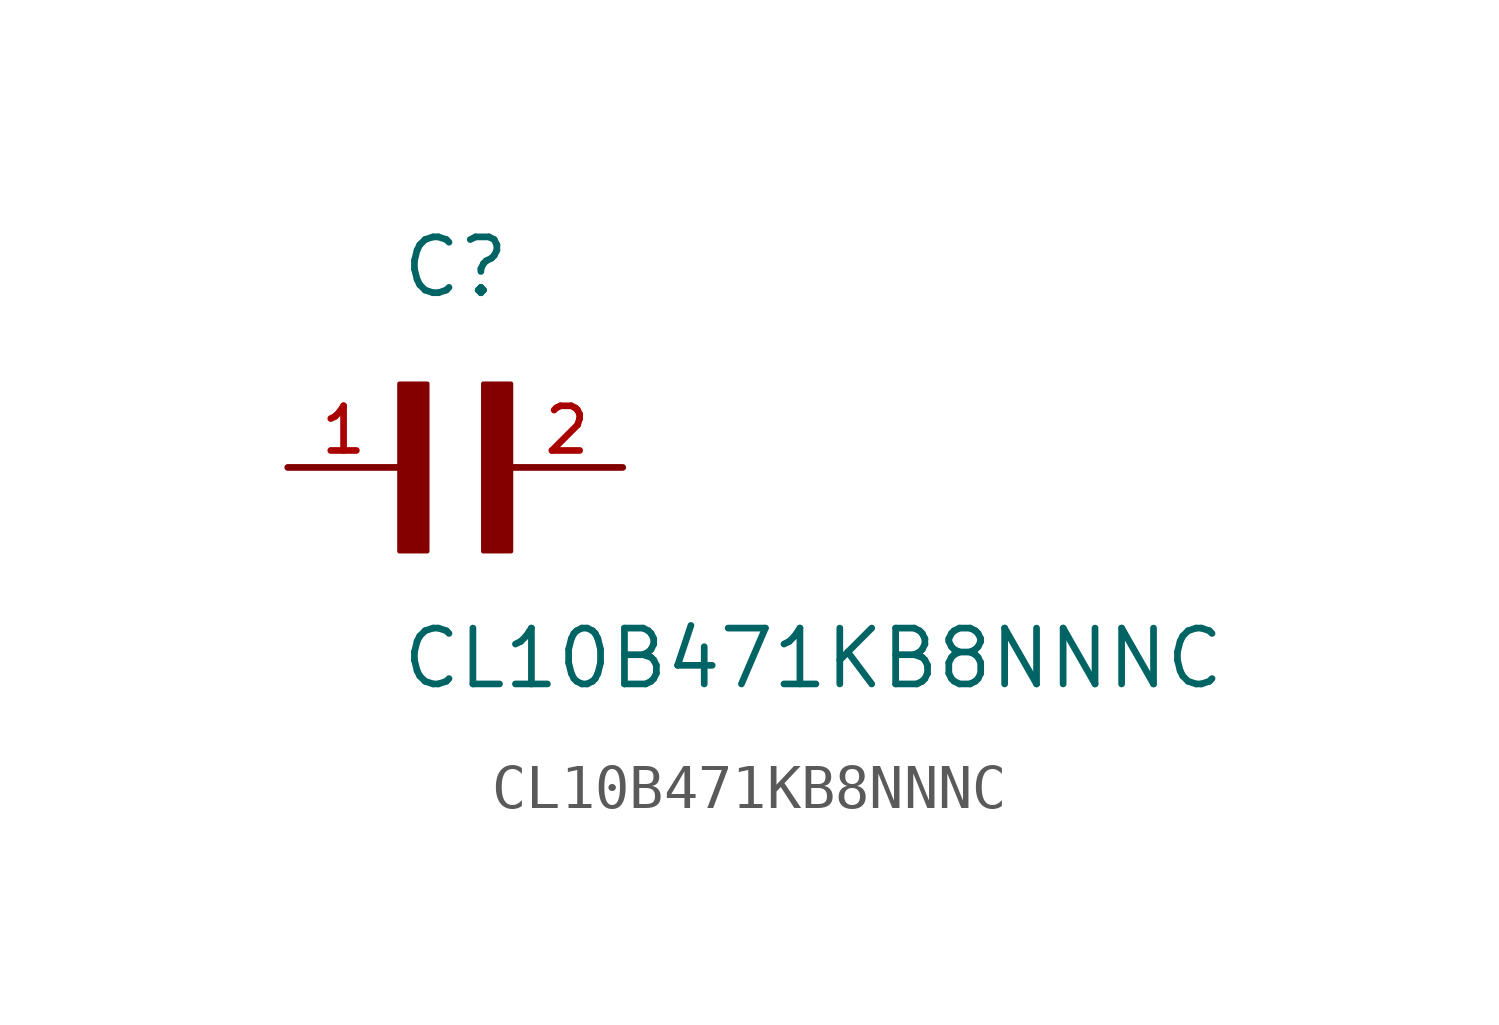
<source format=kicad_sym>
(kicad_symbol_lib
  (version 20211014)
  (generator kicad_symbol_editor)
  (symbol "CL10B471KB8NNNC"
    (pin_names
      (offset 1.016))
    (property "Reference" "C"
      (at 0.0 3.811 0)
      (effects (font (size 1.27 1.27)) (justify bottom left)))
    (property "Value" "CL10B471KB8NNNC"
      (at 0.0 -5.088 0)
      (effects (font (size 1.27 1.27)) (justify bottom left)))
    (symbol "CL10B471KB8NNNC_0_0"
      (rectangle (start 0.0 -1.907) (end 0.635 1.905) (stroke (width 0.1)) (fill (type outline)))
      (rectangle (start 1.907 -1.907) (end 2.54 1.905) (stroke (width 0.1)) (fill (type outline)))
      (pin passive line (at -2.54 0.0 0) (length 2.54) (name "~" (effects (font (size 1.016 1.016)))) (number "1" (effects (font (size 1.016 1.016)))))
      (pin passive line (at 5.08 0.0 180.0) (length 2.54) (name "~" (effects (font (size 1.016 1.016)))) (number "2" (effects (font (size 1.016 1.016))))))))
</source>
